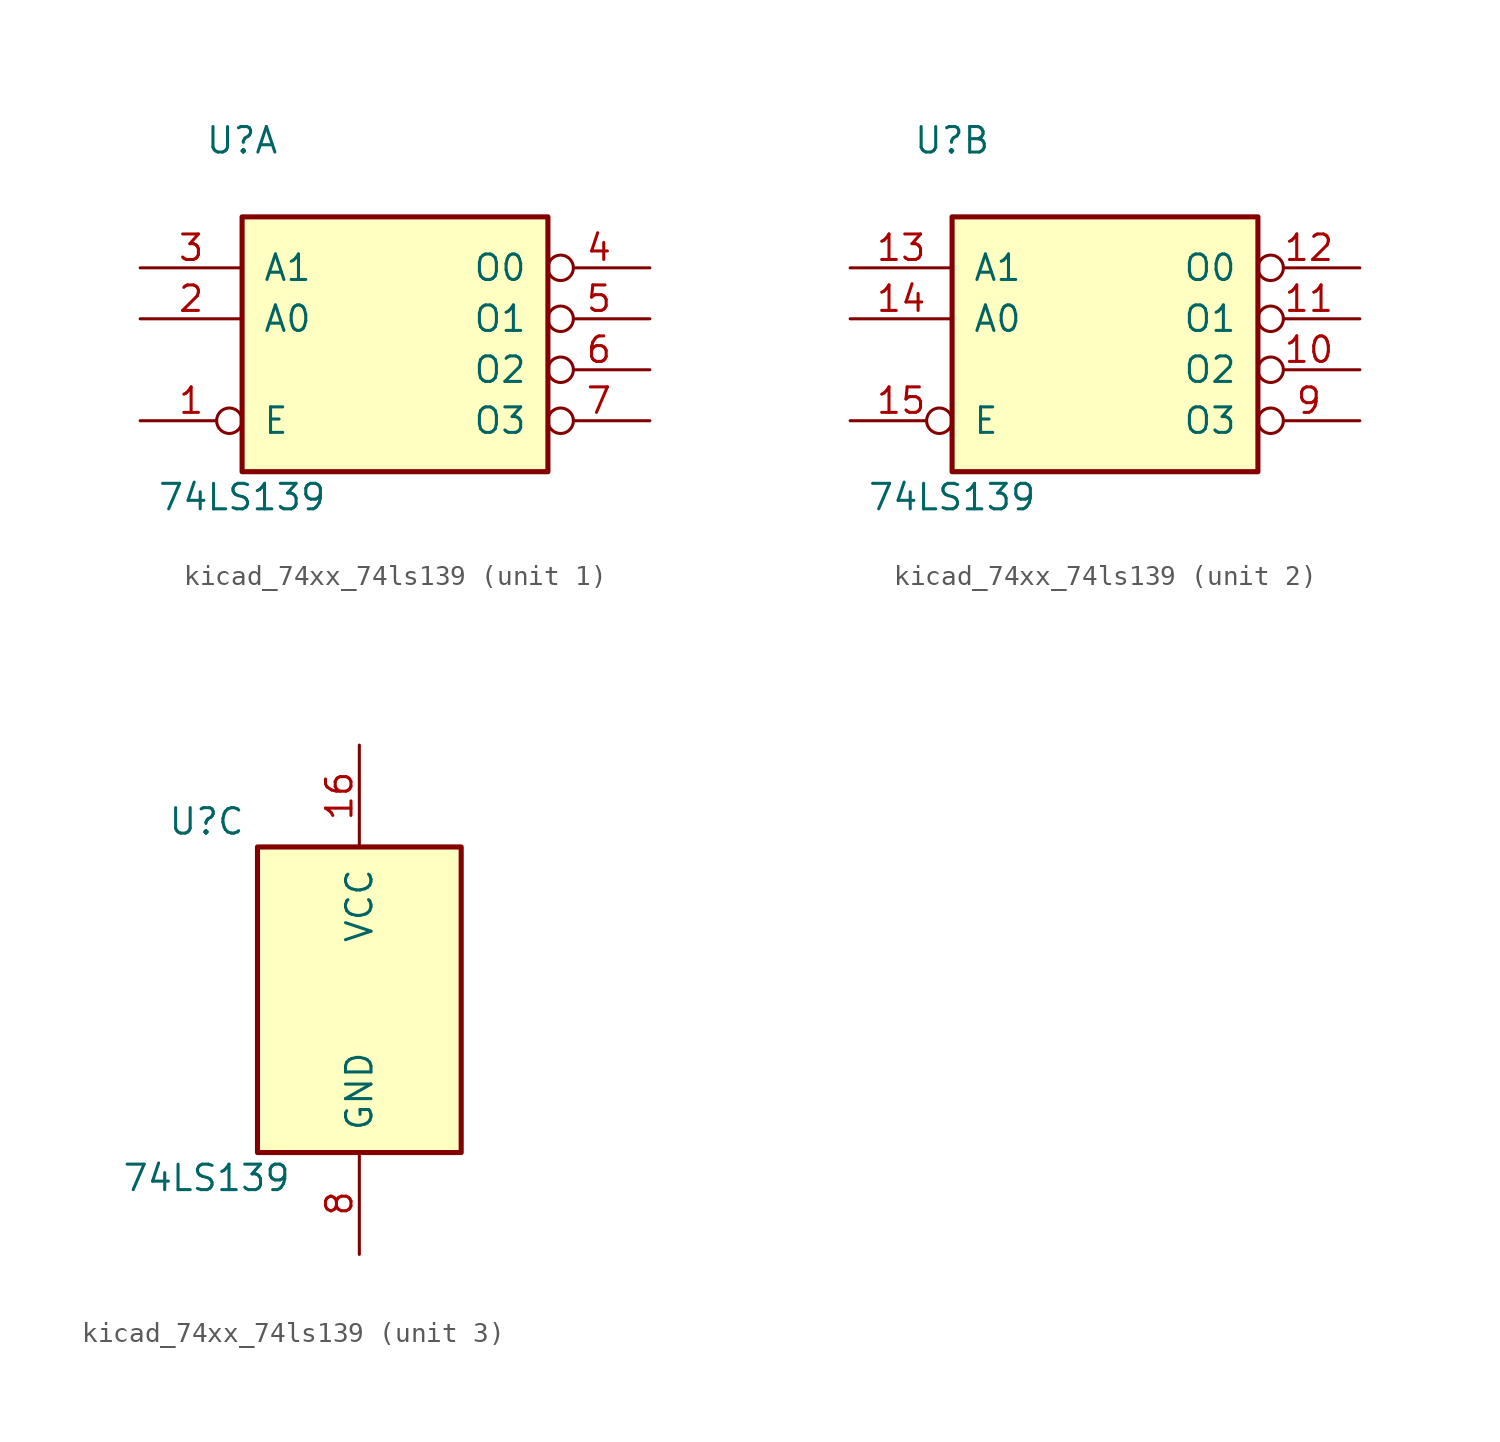
<source format=kicad_sym>
(kicad_symbol_lib
  (version 20220914)
  (generator kicad_symbol_editor)
  (symbol "kicad_74xx_74ls139"
    (pin_names
      (offset 1.016))
    (property "Reference" "U"
      (at -7.62 8.89 0)
      (effects (font (size 1.27 1.27))))
    (property "Value" "74LS139"
      (at -7.62 -8.89 0)
      (effects (font (size 1.27 1.27))))
    (property "ki_locked" ""
      (at 0 0 0)
      (effects (font (size 1.27 1.27))))
    (symbol "kicad_74xx_74ls139_1_0"
      (pin input inverted (at -12.7 -5.08 0) (length 5.08) (name "E" (effects (font (size 1.27 1.27)))) (number "1" (effects (font (size 1.27 1.27)))))
      (pin input line (at -12.7 0 0) (length 5.08) (name "A0" (effects (font (size 1.27 1.27)))) (number "2" (effects (font (size 1.27 1.27)))))
      (pin input line (at -12.7 2.54 0) (length 5.08) (name "A1" (effects (font (size 1.27 1.27)))) (number "3" (effects (font (size 1.27 1.27)))))
      (pin output inverted (at 12.7 2.54 180) (length 5.08) (name "O0" (effects (font (size 1.27 1.27)))) (number "4" (effects (font (size 1.27 1.27)))))
      (pin output inverted (at 12.7 0 180) (length 5.08) (name "O1" (effects (font (size 1.27 1.27)))) (number "5" (effects (font (size 1.27 1.27)))))
      (pin output inverted (at 12.7 -2.54 180) (length 5.08) (name "O2" (effects (font (size 1.27 1.27)))) (number "6" (effects (font (size 1.27 1.27)))))
      (pin output inverted (at 12.7 -5.08 180) (length 5.08) (name "O3" (effects (font (size 1.27 1.27)))) (number "7" (effects (font (size 1.27 1.27))))))
    (symbol "kicad_74xx_74ls139_1_1"
      (rectangle (start -7.62 5.08) (end 7.62 -7.62) (stroke (width 0.254) (type default)) (fill (type background))))
    (symbol "kicad_74xx_74ls139_2_0"
      (pin output inverted (at 12.7 -2.54 180) (length 5.08) (name "O2" (effects (font (size 1.27 1.27)))) (number "10" (effects (font (size 1.27 1.27)))))
      (pin output inverted (at 12.7 0 180) (length 5.08) (name "O1" (effects (font (size 1.27 1.27)))) (number "11" (effects (font (size 1.27 1.27)))))
      (pin output inverted (at 12.7 2.54 180) (length 5.08) (name "O0" (effects (font (size 1.27 1.27)))) (number "12" (effects (font (size 1.27 1.27)))))
      (pin input line (at -12.7 2.54 0) (length 5.08) (name "A1" (effects (font (size 1.27 1.27)))) (number "13" (effects (font (size 1.27 1.27)))))
      (pin input line (at -12.7 0 0) (length 5.08) (name "A0" (effects (font (size 1.27 1.27)))) (number "14" (effects (font (size 1.27 1.27)))))
      (pin input inverted (at -12.7 -5.08 0) (length 5.08) (name "E" (effects (font (size 1.27 1.27)))) (number "15" (effects (font (size 1.27 1.27)))))
      (pin output inverted (at 12.7 -5.08 180) (length 5.08) (name "O3" (effects (font (size 1.27 1.27)))) (number "9" (effects (font (size 1.27 1.27))))))
    (symbol "kicad_74xx_74ls139_2_1"
      (rectangle (start -7.62 5.08) (end 7.62 -7.62) (stroke (width 0.254) (type default)) (fill (type background))))
    (symbol "kicad_74xx_74ls139_3_0"
      (pin power_in line (at 0 12.7 270) (length 5.08) (name "VCC" (effects (font (size 1.27 1.27)))) (number "16" (effects (font (size 1.27 1.27)))))
      (pin power_in line (at 0 -12.7 90) (length 5.08) (name "GND" (effects (font (size 1.27 1.27)))) (number "8" (effects (font (size 1.27 1.27))))))
    (symbol "kicad_74xx_74ls139_3_1"
      (rectangle (start -5.08 7.62) (end 5.08 -7.62) (stroke (width 0.254) (type default)) (fill (type background))))))
</source>
